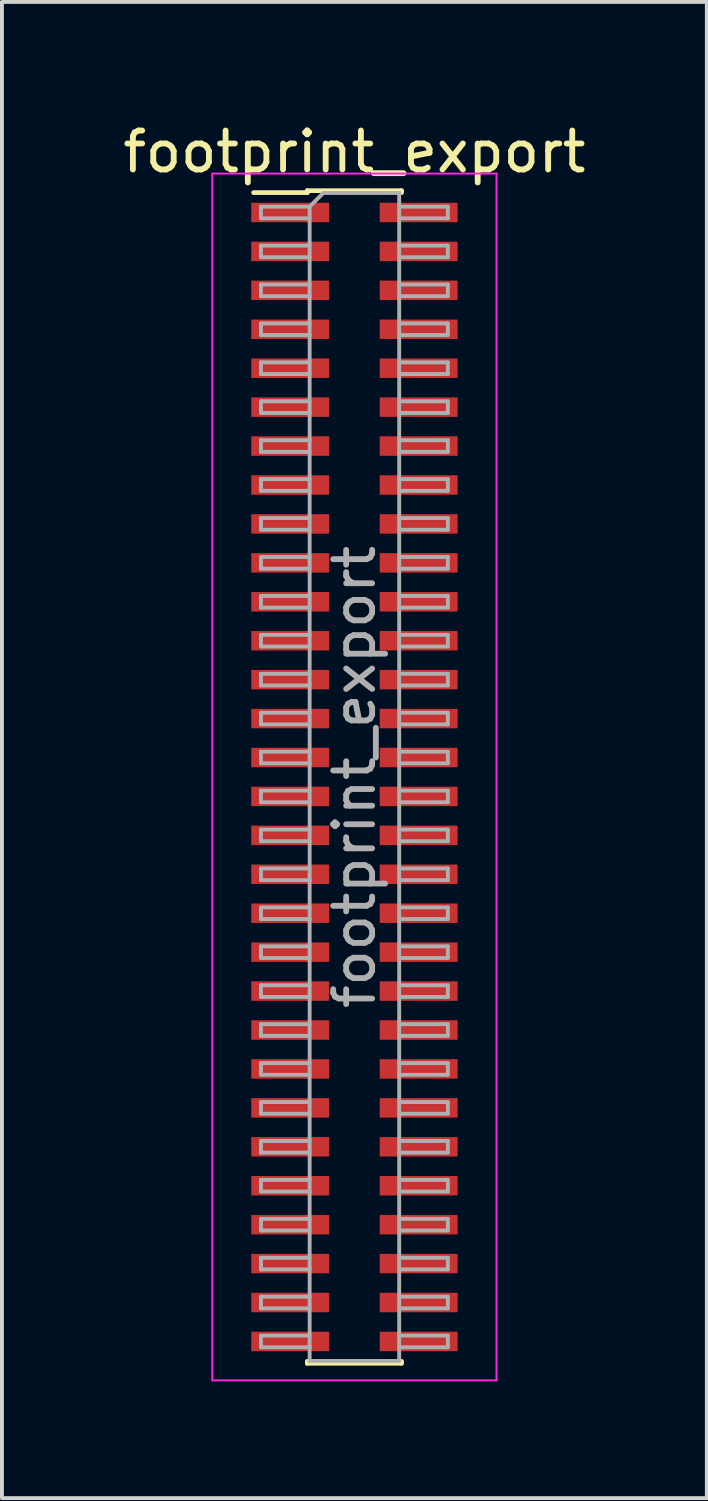
<source format=kicad_pcb>
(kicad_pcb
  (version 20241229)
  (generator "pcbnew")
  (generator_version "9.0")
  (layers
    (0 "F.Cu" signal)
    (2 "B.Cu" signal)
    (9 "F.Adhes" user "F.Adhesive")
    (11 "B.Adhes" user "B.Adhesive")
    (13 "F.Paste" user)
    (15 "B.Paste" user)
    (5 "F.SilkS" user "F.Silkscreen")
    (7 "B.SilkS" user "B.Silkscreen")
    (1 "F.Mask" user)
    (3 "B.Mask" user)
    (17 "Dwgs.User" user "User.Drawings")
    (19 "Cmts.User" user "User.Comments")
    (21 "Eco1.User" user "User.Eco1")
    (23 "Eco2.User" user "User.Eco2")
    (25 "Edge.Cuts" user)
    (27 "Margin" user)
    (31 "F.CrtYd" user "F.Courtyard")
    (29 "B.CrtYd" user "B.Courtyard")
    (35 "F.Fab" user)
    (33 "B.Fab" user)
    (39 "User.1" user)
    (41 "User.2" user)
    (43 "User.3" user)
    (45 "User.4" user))
  (footprint "footprint_export"
    (layer "F.Cu")
    (at 6.054 16.908)
    (property "Reference" "footprint_export" (at 0 -16.06 0) (layer "F.SilkS") (effects (font (size 1 1) (thickness 0.15))))
    (attr smd)
    (fp_line (start -2.59 -15.01) (end -1.21 -15.01) (stroke (width 0.12) (type solid)) (layer "F.SilkS"))
    (fp_line (start -1.21 -15.06) (end -1.21 -15.01) (stroke (width 0.12) (type solid)) (layer "F.SilkS"))
    (fp_line (start -1.21 -15.06) (end 1.21 -15.06) (stroke (width 0.12) (type solid)) (layer "F.SilkS"))
    (fp_line (start -1.21 15.01) (end -1.21 15.06) (stroke (width 0.12) (type solid)) (layer "F.SilkS"))
    (fp_line (start -1.21 15.06) (end 1.21 15.06) (stroke (width 0.12) (type solid)) (layer "F.SilkS"))
    (fp_line (start 1.21 -15.06) (end 1.21 -15.01) (stroke (width 0.12) (type solid)) (layer "F.SilkS"))
    (fp_line (start 1.21 15.01) (end 1.21 15.06) (stroke (width 0.12) (type solid)) (layer "F.SilkS"))
    (fp_line (start -3.65 -15.5) (end -3.65 15.5) (stroke (width 0.05) (type solid)) (layer "F.CrtYd"))
    (fp_line (start -3.65 15.5) (end 3.65 15.5) (stroke (width 0.05) (type solid)) (layer "F.CrtYd"))
    (fp_line (start 3.65 -15.5) (end -3.65 -15.5) (stroke (width 0.05) (type solid)) (layer "F.CrtYd"))
    (fp_line (start 3.65 15.5) (end 3.65 -15.5) (stroke (width 0.05) (type solid)) (layer "F.CrtYd"))
    (fp_line (start -2.4 -14.65) (end -2.4 -14.35) (stroke (width 0.1) (type solid)) (layer "F.Fab"))
    (fp_line (start -2.4 -14.35) (end -1.15 -14.35) (stroke (width 0.1) (type solid)) (layer "F.Fab"))
    (fp_line (start -2.4 -13.65) (end -2.4 -13.35) (stroke (width 0.1) (type solid)) (layer "F.Fab"))
    (fp_line (start -2.4 -13.35) (end -1.15 -13.35) (stroke (width 0.1) (type solid)) (layer "F.Fab"))
    (fp_line (start -2.4 -12.65) (end -2.4 -12.35) (stroke (width 0.1) (type solid)) (layer "F.Fab"))
    (fp_line (start -2.4 -12.35) (end -1.15 -12.35) (stroke (width 0.1) (type solid)) (layer "F.Fab"))
    (fp_line (start -2.4 -11.65) (end -2.4 -11.35) (stroke (width 0.1) (type solid)) (layer "F.Fab"))
    (fp_line (start -2.4 -11.35) (end -1.15 -11.35) (stroke (width 0.1) (type solid)) (layer "F.Fab"))
    (fp_line (start -2.4 -10.65) (end -2.4 -10.35) (stroke (width 0.1) (type solid)) (layer "F.Fab"))
    (fp_line (start -2.4 -10.35) (end -1.15 -10.35) (stroke (width 0.1) (type solid)) (layer "F.Fab"))
    (fp_line (start -2.4 -9.65) (end -2.4 -9.35) (stroke (width 0.1) (type solid)) (layer "F.Fab"))
    (fp_line (start -2.4 -9.35) (end -1.15 -9.35) (stroke (width 0.1) (type solid)) (layer "F.Fab"))
    (fp_line (start -2.4 -8.65) (end -2.4 -8.35) (stroke (width 0.1) (type solid)) (layer "F.Fab"))
    (fp_line (start -2.4 -8.35) (end -1.15 -8.35) (stroke (width 0.1) (type solid)) (layer "F.Fab"))
    (fp_line (start -2.4 -7.65) (end -2.4 -7.35) (stroke (width 0.1) (type solid)) (layer "F.Fab"))
    (fp_line (start -2.4 -7.35) (end -1.15 -7.35) (stroke (width 0.1) (type solid)) (layer "F.Fab"))
    (fp_line (start -2.4 -6.65) (end -2.4 -6.35) (stroke (width 0.1) (type solid)) (layer "F.Fab"))
    (fp_line (start -2.4 -6.35) (end -1.15 -6.35) (stroke (width 0.1) (type solid)) (layer "F.Fab"))
    (fp_line (start -2.4 -5.65) (end -2.4 -5.35) (stroke (width 0.1) (type solid)) (layer "F.Fab"))
    (fp_line (start -2.4 -5.35) (end -1.15 -5.35) (stroke (width 0.1) (type solid)) (layer "F.Fab"))
    (fp_line (start -2.4 -4.65) (end -2.4 -4.35) (stroke (width 0.1) (type solid)) (layer "F.Fab"))
    (fp_line (start -2.4 -4.35) (end -1.15 -4.35) (stroke (width 0.1) (type solid)) (layer "F.Fab"))
    (fp_line (start -2.4 -3.65) (end -2.4 -3.35) (stroke (width 0.1) (type solid)) (layer "F.Fab"))
    (fp_line (start -2.4 -3.35) (end -1.15 -3.35) (stroke (width 0.1) (type solid)) (layer "F.Fab"))
    (fp_line (start -2.4 -2.65) (end -2.4 -2.35) (stroke (width 0.1) (type solid)) (layer "F.Fab"))
    (fp_line (start -2.4 -2.35) (end -1.15 -2.35) (stroke (width 0.1) (type solid)) (layer "F.Fab"))
    (fp_line (start -2.4 -1.65) (end -2.4 -1.35) (stroke (width 0.1) (type solid)) (layer "F.Fab"))
    (fp_line (start -2.4 -1.35) (end -1.15 -1.35) (stroke (width 0.1) (type solid)) (layer "F.Fab"))
    (fp_line (start -2.4 -0.65) (end -2.4 -0.35) (stroke (width 0.1) (type solid)) (layer "F.Fab"))
    (fp_line (start -2.4 -0.35) (end -1.15 -0.35) (stroke (width 0.1) (type solid)) (layer "F.Fab"))
    (fp_line (start -2.4 0.35) (end -2.4 0.65) (stroke (width 0.1) (type solid)) (layer "F.Fab"))
    (fp_line (start -2.4 0.65) (end -1.15 0.65) (stroke (width 0.1) (type solid)) (layer "F.Fab"))
    (fp_line (start -2.4 1.35) (end -2.4 1.65) (stroke (width 0.1) (type solid)) (layer "F.Fab"))
    (fp_line (start -2.4 1.65) (end -1.15 1.65) (stroke (width 0.1) (type solid)) (layer "F.Fab"))
    (fp_line (start -2.4 2.35) (end -2.4 2.65) (stroke (width 0.1) (type solid)) (layer "F.Fab"))
    (fp_line (start -2.4 2.65) (end -1.15 2.65) (stroke (width 0.1) (type solid)) (layer "F.Fab"))
    (fp_line (start -2.4 3.35) (end -2.4 3.65) (stroke (width 0.1) (type solid)) (layer "F.Fab"))
    (fp_line (start -2.4 3.65) (end -1.15 3.65) (stroke (width 0.1) (type solid)) (layer "F.Fab"))
    (fp_line (start -2.4 4.35) (end -2.4 4.65) (stroke (width 0.1) (type solid)) (layer "F.Fab"))
    (fp_line (start -2.4 4.65) (end -1.15 4.65) (stroke (width 0.1) (type solid)) (layer "F.Fab"))
    (fp_line (start -2.4 5.35) (end -2.4 5.65) (stroke (width 0.1) (type solid)) (layer "F.Fab"))
    (fp_line (start -2.4 5.65) (end -1.15 5.65) (stroke (width 0.1) (type solid)) (layer "F.Fab"))
    (fp_line (start -2.4 6.35) (end -2.4 6.65) (stroke (width 0.1) (type solid)) (layer "F.Fab"))
    (fp_line (start -2.4 6.65) (end -1.15 6.65) (stroke (width 0.1) (type solid)) (layer "F.Fab"))
    (fp_line (start -2.4 7.35) (end -2.4 7.65) (stroke (width 0.1) (type solid)) (layer "F.Fab"))
    (fp_line (start -2.4 7.65) (end -1.15 7.65) (stroke (width 0.1) (type solid)) (layer "F.Fab"))
    (fp_line (start -2.4 8.35) (end -2.4 8.65) (stroke (width 0.1) (type solid)) (layer "F.Fab"))
    (fp_line (start -2.4 8.65) (end -1.15 8.65) (stroke (width 0.1) (type solid)) (layer "F.Fab"))
    (fp_line (start -2.4 9.35) (end -2.4 9.65) (stroke (width 0.1) (type solid)) (layer "F.Fab"))
    (fp_line (start -2.4 9.65) (end -1.15 9.65) (stroke (width 0.1) (type solid)) (layer "F.Fab"))
    (fp_line (start -2.4 10.35) (end -2.4 10.65) (stroke (width 0.1) (type solid)) (layer "F.Fab"))
    (fp_line (start -2.4 10.65) (end -1.15 10.65) (stroke (width 0.1) (type solid)) (layer "F.Fab"))
    (fp_line (start -2.4 11.35) (end -2.4 11.65) (stroke (width 0.1) (type solid)) (layer "F.Fab"))
    (fp_line (start -2.4 11.65) (end -1.15 11.65) (stroke (width 0.1) (type solid)) (layer "F.Fab"))
    (fp_line (start -2.4 12.35) (end -2.4 12.65) (stroke (width 0.1) (type solid)) (layer "F.Fab"))
    (fp_line (start -2.4 12.65) (end -1.15 12.65) (stroke (width 0.1) (type solid)) (layer "F.Fab"))
    (fp_line (start -2.4 13.35) (end -2.4 13.65) (stroke (width 0.1) (type solid)) (layer "F.Fab"))
    (fp_line (start -2.4 13.65) (end -1.15 13.65) (stroke (width 0.1) (type solid)) (layer "F.Fab"))
    (fp_line (start -2.4 14.35) (end -2.4 14.65) (stroke (width 0.1) (type solid)) (layer "F.Fab"))
    (fp_line (start -2.4 14.65) (end -1.15 14.65) (stroke (width 0.1) (type solid)) (layer "F.Fab"))
    (fp_line (start -1.15 -14.65) (end -2.4 -14.65) (stroke (width 0.1) (type solid)) (layer "F.Fab"))
    (fp_line (start -1.15 -14.65) (end -0.8 -15) (stroke (width 0.1) (type solid)) (layer "F.Fab"))
    (fp_line (start -1.15 -13.65) (end -2.4 -13.65) (stroke (width 0.1) (type solid)) (layer "F.Fab"))
    (fp_line (start -1.15 -12.65) (end -2.4 -12.65) (stroke (width 0.1) (type solid)) (layer "F.Fab"))
    (fp_line (start -1.15 -11.65) (end -2.4 -11.65) (stroke (width 0.1) (type solid)) (layer "F.Fab"))
    (fp_line (start -1.15 -10.65) (end -2.4 -10.65) (stroke (width 0.1) (type solid)) (layer "F.Fab"))
    (fp_line (start -1.15 -9.65) (end -2.4 -9.65) (stroke (width 0.1) (type solid)) (layer "F.Fab"))
    (fp_line (start -1.15 -8.65) (end -2.4 -8.65) (stroke (width 0.1) (type solid)) (layer "F.Fab"))
    (fp_line (start -1.15 -7.65) (end -2.4 -7.65) (stroke (width 0.1) (type solid)) (layer "F.Fab"))
    (fp_line (start -1.15 -6.65) (end -2.4 -6.65) (stroke (width 0.1) (type solid)) (layer "F.Fab"))
    (fp_line (start -1.15 -5.65) (end -2.4 -5.65) (stroke (width 0.1) (type solid)) (layer "F.Fab"))
    (fp_line (start -1.15 -4.65) (end -2.4 -4.65) (stroke (width 0.1) (type solid)) (layer "F.Fab"))
    (fp_line (start -1.15 -3.65) (end -2.4 -3.65) (stroke (width 0.1) (type solid)) (layer "F.Fab"))
    (fp_line (start -1.15 -2.65) (end -2.4 -2.65) (stroke (width 0.1) (type solid)) (layer "F.Fab"))
    (fp_line (start -1.15 -1.65) (end -2.4 -1.65) (stroke (width 0.1) (type solid)) (layer "F.Fab"))
    (fp_line (start -1.15 -0.65) (end -2.4 -0.65) (stroke (width 0.1) (type solid)) (layer "F.Fab"))
    (fp_line (start -1.15 0.35) (end -2.4 0.35) (stroke (width 0.1) (type solid)) (layer "F.Fab"))
    (fp_line (start -1.15 1.35) (end -2.4 1.35) (stroke (width 0.1) (type solid)) (layer "F.Fab"))
    (fp_line (start -1.15 2.35) (end -2.4 2.35) (stroke (width 0.1) (type solid)) (layer "F.Fab"))
    (fp_line (start -1.15 3.35) (end -2.4 3.35) (stroke (width 0.1) (type solid)) (layer "F.Fab"))
    (fp_line (start -1.15 4.35) (end -2.4 4.35) (stroke (width 0.1) (type solid)) (layer "F.Fab"))
    (fp_line (start -1.15 5.35) (end -2.4 5.35) (stroke (width 0.1) (type solid)) (layer "F.Fab"))
    (fp_line (start -1.15 6.35) (end -2.4 6.35) (stroke (width 0.1) (type solid)) (layer "F.Fab"))
    (fp_line (start -1.15 7.35) (end -2.4 7.35) (stroke (width 0.1) (type solid)) (layer "F.Fab"))
    (fp_line (start -1.15 8.35) (end -2.4 8.35) (stroke (width 0.1) (type solid)) (layer "F.Fab"))
    (fp_line (start -1.15 9.35) (end -2.4 9.35) (stroke (width 0.1) (type solid)) (layer "F.Fab"))
    (fp_line (start -1.15 10.35) (end -2.4 10.35) (stroke (width 0.1) (type solid)) (layer "F.Fab"))
    (fp_line (start -1.15 11.35) (end -2.4 11.35) (stroke (width 0.1) (type solid)) (layer "F.Fab"))
    (fp_line (start -1.15 12.35) (end -2.4 12.35) (stroke (width 0.1) (type solid)) (layer "F.Fab"))
    (fp_line (start -1.15 13.35) (end -2.4 13.35) (stroke (width 0.1) (type solid)) (layer "F.Fab"))
    (fp_line (start -1.15 14.35) (end -2.4 14.35) (stroke (width 0.1) (type solid)) (layer "F.Fab"))
    (fp_line (start -1.15 15) (end -1.15 -14.65) (stroke (width 0.1) (type solid)) (layer "F.Fab"))
    (fp_line (start -0.8 -15) (end 1.15 -15) (stroke (width 0.1) (type solid)) (layer "F.Fab"))
    (fp_line (start 1.15 -15) (end 1.15 15) (stroke (width 0.1) (type solid)) (layer "F.Fab"))
    (fp_line (start 1.15 -14.65) (end 2.4 -14.65) (stroke (width 0.1) (type solid)) (layer "F.Fab"))
    (fp_line (start 1.15 -13.65) (end 2.4 -13.65) (stroke (width 0.1) (type solid)) (layer "F.Fab"))
    (fp_line (start 1.15 -12.65) (end 2.4 -12.65) (stroke (width 0.1) (type solid)) (layer "F.Fab"))
    (fp_line (start 1.15 -11.65) (end 2.4 -11.65) (stroke (width 0.1) (type solid)) (layer "F.Fab"))
    (fp_line (start 1.15 -10.65) (end 2.4 -10.65) (stroke (width 0.1) (type solid)) (layer "F.Fab"))
    (fp_line (start 1.15 -9.65) (end 2.4 -9.65) (stroke (width 0.1) (type solid)) (layer "F.Fab"))
    (fp_line (start 1.15 -8.65) (end 2.4 -8.65) (stroke (width 0.1) (type solid)) (layer "F.Fab"))
    (fp_line (start 1.15 -7.65) (end 2.4 -7.65) (stroke (width 0.1) (type solid)) (layer "F.Fab"))
    (fp_line (start 1.15 -6.65) (end 2.4 -6.65) (stroke (width 0.1) (type solid)) (layer "F.Fab"))
    (fp_line (start 1.15 -5.65) (end 2.4 -5.65) (stroke (width 0.1) (type solid)) (layer "F.Fab"))
    (fp_line (start 1.15 -4.65) (end 2.4 -4.65) (stroke (width 0.1) (type solid)) (layer "F.Fab"))
    (fp_line (start 1.15 -3.65) (end 2.4 -3.65) (stroke (width 0.1) (type solid)) (layer "F.Fab"))
    (fp_line (start 1.15 -2.65) (end 2.4 -2.65) (stroke (width 0.1) (type solid)) (layer "F.Fab"))
    (fp_line (start 1.15 -1.65) (end 2.4 -1.65) (stroke (width 0.1) (type solid)) (layer "F.Fab"))
    (fp_line (start 1.15 -0.65) (end 2.4 -0.65) (stroke (width 0.1) (type solid)) (layer "F.Fab"))
    (fp_line (start 1.15 0.35) (end 2.4 0.35) (stroke (width 0.1) (type solid)) (layer "F.Fab"))
    (fp_line (start 1.15 1.35) (end 2.4 1.35) (stroke (width 0.1) (type solid)) (layer "F.Fab"))
    (fp_line (start 1.15 2.35) (end 2.4 2.35) (stroke (width 0.1) (type solid)) (layer "F.Fab"))
    (fp_line (start 1.15 3.35) (end 2.4 3.35) (stroke (width 0.1) (type solid)) (layer "F.Fab"))
    (fp_line (start 1.15 4.35) (end 2.4 4.35) (stroke (width 0.1) (type solid)) (layer "F.Fab"))
    (fp_line (start 1.15 5.35) (end 2.4 5.35) (stroke (width 0.1) (type solid)) (layer "F.Fab"))
    (fp_line (start 1.15 6.35) (end 2.4 6.35) (stroke (width 0.1) (type solid)) (layer "F.Fab"))
    (fp_line (start 1.15 7.35) (end 2.4 7.35) (stroke (width 0.1) (type solid)) (layer "F.Fab"))
    (fp_line (start 1.15 8.35) (end 2.4 8.35) (stroke (width 0.1) (type solid)) (layer "F.Fab"))
    (fp_line (start 1.15 9.35) (end 2.4 9.35) (stroke (width 0.1) (type solid)) (layer "F.Fab"))
    (fp_line (start 1.15 10.35) (end 2.4 10.35) (stroke (width 0.1) (type solid)) (layer "F.Fab"))
    (fp_line (start 1.15 11.35) (end 2.4 11.35) (stroke (width 0.1) (type solid)) (layer "F.Fab"))
    (fp_line (start 1.15 12.35) (end 2.4 12.35) (stroke (width 0.1) (type solid)) (layer "F.Fab"))
    (fp_line (start 1.15 13.35) (end 2.4 13.35) (stroke (width 0.1) (type solid)) (layer "F.Fab"))
    (fp_line (start 1.15 14.35) (end 2.4 14.35) (stroke (width 0.1) (type solid)) (layer "F.Fab"))
    (fp_line (start 1.15 15) (end -1.15 15) (stroke (width 0.1) (type solid)) (layer "F.Fab"))
    (fp_line (start 2.4 -14.65) (end 2.4 -14.35) (stroke (width 0.1) (type solid)) (layer "F.Fab"))
    (fp_line (start 2.4 -14.35) (end 1.15 -14.35) (stroke (width 0.1) (type solid)) (layer "F.Fab"))
    (fp_line (start 2.4 -13.65) (end 2.4 -13.35) (stroke (width 0.1) (type solid)) (layer "F.Fab"))
    (fp_line (start 2.4 -13.35) (end 1.15 -13.35) (stroke (width 0.1) (type solid)) (layer "F.Fab"))
    (fp_line (start 2.4 -12.65) (end 2.4 -12.35) (stroke (width 0.1) (type solid)) (layer "F.Fab"))
    (fp_line (start 2.4 -12.35) (end 1.15 -12.35) (stroke (width 0.1) (type solid)) (layer "F.Fab"))
    (fp_line (start 2.4 -11.65) (end 2.4 -11.35) (stroke (width 0.1) (type solid)) (layer "F.Fab"))
    (fp_line (start 2.4 -11.35) (end 1.15 -11.35) (stroke (width 0.1) (type solid)) (layer "F.Fab"))
    (fp_line (start 2.4 -10.65) (end 2.4 -10.35) (stroke (width 0.1) (type solid)) (layer "F.Fab"))
    (fp_line (start 2.4 -10.35) (end 1.15 -10.35) (stroke (width 0.1) (type solid)) (layer "F.Fab"))
    (fp_line (start 2.4 -9.65) (end 2.4 -9.35) (stroke (width 0.1) (type solid)) (layer "F.Fab"))
    (fp_line (start 2.4 -9.35) (end 1.15 -9.35) (stroke (width 0.1) (type solid)) (layer "F.Fab"))
    (fp_line (start 2.4 -8.65) (end 2.4 -8.35) (stroke (width 0.1) (type solid)) (layer "F.Fab"))
    (fp_line (start 2.4 -8.35) (end 1.15 -8.35) (stroke (width 0.1) (type solid)) (layer "F.Fab"))
    (fp_line (start 2.4 -7.65) (end 2.4 -7.35) (stroke (width 0.1) (type solid)) (layer "F.Fab"))
    (fp_line (start 2.4 -7.35) (end 1.15 -7.35) (stroke (width 0.1) (type solid)) (layer "F.Fab"))
    (fp_line (start 2.4 -6.65) (end 2.4 -6.35) (stroke (width 0.1) (type solid)) (layer "F.Fab"))
    (fp_line (start 2.4 -6.35) (end 1.15 -6.35) (stroke (width 0.1) (type solid)) (layer "F.Fab"))
    (fp_line (start 2.4 -5.65) (end 2.4 -5.35) (stroke (width 0.1) (type solid)) (layer "F.Fab"))
    (fp_line (start 2.4 -5.35) (end 1.15 -5.35) (stroke (width 0.1) (type solid)) (layer "F.Fab"))
    (fp_line (start 2.4 -4.65) (end 2.4 -4.35) (stroke (width 0.1) (type solid)) (layer "F.Fab"))
    (fp_line (start 2.4 -4.35) (end 1.15 -4.35) (stroke (width 0.1) (type solid)) (layer "F.Fab"))
    (fp_line (start 2.4 -3.65) (end 2.4 -3.35) (stroke (width 0.1) (type solid)) (layer "F.Fab"))
    (fp_line (start 2.4 -3.35) (end 1.15 -3.35) (stroke (width 0.1) (type solid)) (layer "F.Fab"))
    (fp_line (start 2.4 -2.65) (end 2.4 -2.35) (stroke (width 0.1) (type solid)) (layer "F.Fab"))
    (fp_line (start 2.4 -2.35) (end 1.15 -2.35) (stroke (width 0.1) (type solid)) (layer "F.Fab"))
    (fp_line (start 2.4 -1.65) (end 2.4 -1.35) (stroke (width 0.1) (type solid)) (layer "F.Fab"))
    (fp_line (start 2.4 -1.35) (end 1.15 -1.35) (stroke (width 0.1) (type solid)) (layer "F.Fab"))
    (fp_line (start 2.4 -0.65) (end 2.4 -0.35) (stroke (width 0.1) (type solid)) (layer "F.Fab"))
    (fp_line (start 2.4 -0.35) (end 1.15 -0.35) (stroke (width 0.1) (type solid)) (layer "F.Fab"))
    (fp_line (start 2.4 0.35) (end 2.4 0.65) (stroke (width 0.1) (type solid)) (layer "F.Fab"))
    (fp_line (start 2.4 0.65) (end 1.15 0.65) (stroke (width 0.1) (type solid)) (layer "F.Fab"))
    (fp_line (start 2.4 1.35) (end 2.4 1.65) (stroke (width 0.1) (type solid)) (layer "F.Fab"))
    (fp_line (start 2.4 1.65) (end 1.15 1.65) (stroke (width 0.1) (type solid)) (layer "F.Fab"))
    (fp_line (start 2.4 2.35) (end 2.4 2.65) (stroke (width 0.1) (type solid)) (layer "F.Fab"))
    (fp_line (start 2.4 2.65) (end 1.15 2.65) (stroke (width 0.1) (type solid)) (layer "F.Fab"))
    (fp_line (start 2.4 3.35) (end 2.4 3.65) (stroke (width 0.1) (type solid)) (layer "F.Fab"))
    (fp_line (start 2.4 3.65) (end 1.15 3.65) (stroke (width 0.1) (type solid)) (layer "F.Fab"))
    (fp_line (start 2.4 4.35) (end 2.4 4.65) (stroke (width 0.1) (type solid)) (layer "F.Fab"))
    (fp_line (start 2.4 4.65) (end 1.15 4.65) (stroke (width 0.1) (type solid)) (layer "F.Fab"))
    (fp_line (start 2.4 5.35) (end 2.4 5.65) (stroke (width 0.1) (type solid)) (layer "F.Fab"))
    (fp_line (start 2.4 5.65) (end 1.15 5.65) (stroke (width 0.1) (type solid)) (layer "F.Fab"))
    (fp_line (start 2.4 6.35) (end 2.4 6.65) (stroke (width 0.1) (type solid)) (layer "F.Fab"))
    (fp_line (start 2.4 6.65) (end 1.15 6.65) (stroke (width 0.1) (type solid)) (layer "F.Fab"))
    (fp_line (start 2.4 7.35) (end 2.4 7.65) (stroke (width 0.1) (type solid)) (layer "F.Fab"))
    (fp_line (start 2.4 7.65) (end 1.15 7.65) (stroke (width 0.1) (type solid)) (layer "F.Fab"))
    (fp_line (start 2.4 8.35) (end 2.4 8.65) (stroke (width 0.1) (type solid)) (layer "F.Fab"))
    (fp_line (start 2.4 8.65) (end 1.15 8.65) (stroke (width 0.1) (type solid)) (layer "F.Fab"))
    (fp_line (start 2.4 9.35) (end 2.4 9.65) (stroke (width 0.1) (type solid)) (layer "F.Fab"))
    (fp_line (start 2.4 9.65) (end 1.15 9.65) (stroke (width 0.1) (type solid)) (layer "F.Fab"))
    (fp_line (start 2.4 10.35) (end 2.4 10.65) (stroke (width 0.1) (type solid)) (layer "F.Fab"))
    (fp_line (start 2.4 10.65) (end 1.15 10.65) (stroke (width 0.1) (type solid)) (layer "F.Fab"))
    (fp_line (start 2.4 11.35) (end 2.4 11.65) (stroke (width 0.1) (type solid)) (layer "F.Fab"))
    (fp_line (start 2.4 11.65) (end 1.15 11.65) (stroke (width 0.1) (type solid)) (layer "F.Fab"))
    (fp_line (start 2.4 12.35) (end 2.4 12.65) (stroke (width 0.1) (type solid)) (layer "F.Fab"))
    (fp_line (start 2.4 12.65) (end 1.15 12.65) (stroke (width 0.1) (type solid)) (layer "F.Fab"))
    (fp_line (start 2.4 13.35) (end 2.4 13.65) (stroke (width 0.1) (type solid)) (layer "F.Fab"))
    (fp_line (start 2.4 13.65) (end 1.15 13.65) (stroke (width 0.1) (type solid)) (layer "F.Fab"))
    (fp_line (start 2.4 14.35) (end 2.4 14.65) (stroke (width 0.1) (type solid)) (layer "F.Fab"))
    (fp_line (start 2.4 14.65) (end 1.15 14.65) (stroke (width 0.1) (type solid)) (layer "F.Fab"))
    (fp_text user "${REFERENCE}" (at 0 0 90) (layer "F.Fab") (effects (font (size 1 1) (thickness 0.15))))
    (pad "1" smd rect (at -1.65 -14.5) (size 2 0.5) (layers "F.Cu" "F.Mask" "F.Paste"))
    (pad "2" smd rect (at 1.65 -14.5) (size 2 0.5) (layers "F.Cu" "F.Mask" "F.Paste"))
    (pad "3" smd rect (at -1.65 -13.5) (size 2 0.5) (layers "F.Cu" "F.Mask" "F.Paste"))
    (pad "4" smd rect (at 1.65 -13.5) (size 2 0.5) (layers "F.Cu" "F.Mask" "F.Paste"))
    (pad "5" smd rect (at -1.65 -12.5) (size 2 0.5) (layers "F.Cu" "F.Mask" "F.Paste"))
    (pad "6" smd rect (at 1.65 -12.5) (size 2 0.5) (layers "F.Cu" "F.Mask" "F.Paste"))
    (pad "7" smd rect (at -1.65 -11.5) (size 2 0.5) (layers "F.Cu" "F.Mask" "F.Paste"))
    (pad "8" smd rect (at 1.65 -11.5) (size 2 0.5) (layers "F.Cu" "F.Mask" "F.Paste"))
    (pad "9" smd rect (at -1.65 -10.5) (size 2 0.5) (layers "F.Cu" "F.Mask" "F.Paste"))
    (pad "10" smd rect (at 1.65 -10.5) (size 2 0.5) (layers "F.Cu" "F.Mask" "F.Paste"))
    (pad "11" smd rect (at -1.65 -9.5) (size 2 0.5) (layers "F.Cu" "F.Mask" "F.Paste"))
    (pad "12" smd rect (at 1.65 -9.5) (size 2 0.5) (layers "F.Cu" "F.Mask" "F.Paste"))
    (pad "13" smd rect (at -1.65 -8.5) (size 2 0.5) (layers "F.Cu" "F.Mask" "F.Paste"))
    (pad "14" smd rect (at 1.65 -8.5) (size 2 0.5) (layers "F.Cu" "F.Mask" "F.Paste"))
    (pad "15" smd rect (at -1.65 -7.5) (size 2 0.5) (layers "F.Cu" "F.Mask" "F.Paste"))
    (pad "16" smd rect (at 1.65 -7.5) (size 2 0.5) (layers "F.Cu" "F.Mask" "F.Paste"))
    (pad "17" smd rect (at -1.65 -6.5) (size 2 0.5) (layers "F.Cu" "F.Mask" "F.Paste"))
    (pad "18" smd rect (at 1.65 -6.5) (size 2 0.5) (layers "F.Cu" "F.Mask" "F.Paste"))
    (pad "19" smd rect (at -1.65 -5.5) (size 2 0.5) (layers "F.Cu" "F.Mask" "F.Paste"))
    (pad "20" smd rect (at 1.65 -5.5) (size 2 0.5) (layers "F.Cu" "F.Mask" "F.Paste"))
    (pad "21" smd rect (at -1.65 -4.5) (size 2 0.5) (layers "F.Cu" "F.Mask" "F.Paste"))
    (pad "22" smd rect (at 1.65 -4.5) (size 2 0.5) (layers "F.Cu" "F.Mask" "F.Paste"))
    (pad "23" smd rect (at -1.65 -3.5) (size 2 0.5) (layers "F.Cu" "F.Mask" "F.Paste"))
    (pad "24" smd rect (at 1.65 -3.5) (size 2 0.5) (layers "F.Cu" "F.Mask" "F.Paste"))
    (pad "25" smd rect (at -1.65 -2.5) (size 2 0.5) (layers "F.Cu" "F.Mask" "F.Paste"))
    (pad "26" smd rect (at 1.65 -2.5) (size 2 0.5) (layers "F.Cu" "F.Mask" "F.Paste"))
    (pad "27" smd rect (at -1.65 -1.5) (size 2 0.5) (layers "F.Cu" "F.Mask" "F.Paste"))
    (pad "28" smd rect (at 1.65 -1.5) (size 2 0.5) (layers "F.Cu" "F.Mask" "F.Paste"))
    (pad "29" smd rect (at -1.65 -0.5) (size 2 0.5) (layers "F.Cu" "F.Mask" "F.Paste"))
    (pad "30" smd rect (at 1.65 -0.5) (size 2 0.5) (layers "F.Cu" "F.Mask" "F.Paste"))
    (pad "31" smd rect (at -1.65 0.5) (size 2 0.5) (layers "F.Cu" "F.Mask" "F.Paste"))
    (pad "32" smd rect (at 1.65 0.5) (size 2 0.5) (layers "F.Cu" "F.Mask" "F.Paste"))
    (pad "33" smd rect (at -1.65 1.5) (size 2 0.5) (layers "F.Cu" "F.Mask" "F.Paste"))
    (pad "34" smd rect (at 1.65 1.5) (size 2 0.5) (layers "F.Cu" "F.Mask" "F.Paste"))
    (pad "35" smd rect (at -1.65 2.5) (size 2 0.5) (layers "F.Cu" "F.Mask" "F.Paste"))
    (pad "36" smd rect (at 1.65 2.5) (size 2 0.5) (layers "F.Cu" "F.Mask" "F.Paste"))
    (pad "37" smd rect (at -1.65 3.5) (size 2 0.5) (layers "F.Cu" "F.Mask" "F.Paste"))
    (pad "38" smd rect (at 1.65 3.5) (size 2 0.5) (layers "F.Cu" "F.Mask" "F.Paste"))
    (pad "39" smd rect (at -1.65 4.5) (size 2 0.5) (layers "F.Cu" "F.Mask" "F.Paste"))
    (pad "40" smd rect (at 1.65 4.5) (size 2 0.5) (layers "F.Cu" "F.Mask" "F.Paste"))
    (pad "41" smd rect (at -1.65 5.5) (size 2 0.5) (layers "F.Cu" "F.Mask" "F.Paste"))
    (pad "42" smd rect (at 1.65 5.5) (size 2 0.5) (layers "F.Cu" "F.Mask" "F.Paste"))
    (pad "43" smd rect (at -1.65 6.5) (size 2 0.5) (layers "F.Cu" "F.Mask" "F.Paste"))
    (pad "44" smd rect (at 1.65 6.5) (size 2 0.5) (layers "F.Cu" "F.Mask" "F.Paste"))
    (pad "45" smd rect (at -1.65 7.5) (size 2 0.5) (layers "F.Cu" "F.Mask" "F.Paste"))
    (pad "46" smd rect (at 1.65 7.5) (size 2 0.5) (layers "F.Cu" "F.Mask" "F.Paste"))
    (pad "47" smd rect (at -1.65 8.5) (size 2 0.5) (layers "F.Cu" "F.Mask" "F.Paste"))
    (pad "48" smd rect (at 1.65 8.5) (size 2 0.5) (layers "F.Cu" "F.Mask" "F.Paste"))
    (pad "49" smd rect (at -1.65 9.5) (size 2 0.5) (layers "F.Cu" "F.Mask" "F.Paste"))
    (pad "50" smd rect (at 1.65 9.5) (size 2 0.5) (layers "F.Cu" "F.Mask" "F.Paste"))
    (pad "51" smd rect (at -1.65 10.5) (size 2 0.5) (layers "F.Cu" "F.Mask" "F.Paste"))
    (pad "52" smd rect (at 1.65 10.5) (size 2 0.5) (layers "F.Cu" "F.Mask" "F.Paste"))
    (pad "53" smd rect (at -1.65 11.5) (size 2 0.5) (layers "F.Cu" "F.Mask" "F.Paste"))
    (pad "54" smd rect (at 1.65 11.5) (size 2 0.5) (layers "F.Cu" "F.Mask" "F.Paste"))
    (pad "55" smd rect (at -1.65 12.5) (size 2 0.5) (layers "F.Cu" "F.Mask" "F.Paste"))
    (pad "56" smd rect (at 1.65 12.5) (size 2 0.5) (layers "F.Cu" "F.Mask" "F.Paste"))
    (pad "57" smd rect (at -1.65 13.5) (size 2 0.5) (layers "F.Cu" "F.Mask" "F.Paste"))
    (pad "58" smd rect (at 1.65 13.5) (size 2 0.5) (layers "F.Cu" "F.Mask" "F.Paste"))
    (pad "59" smd rect (at -1.65 14.5) (size 2 0.5) (layers "F.Cu" "F.Mask" "F.Paste"))
    (pad "60" smd rect (at 1.65 14.5) (size 2 0.5) (layers "F.Cu" "F.Mask" "F.Paste")))
  (gr_rect
    (start -3 -3)
    (end 15.107 35.433)
    (stroke (width 0.1) (type default))
    (fill no)
    (layer "Edge.Cuts")))
</source>
